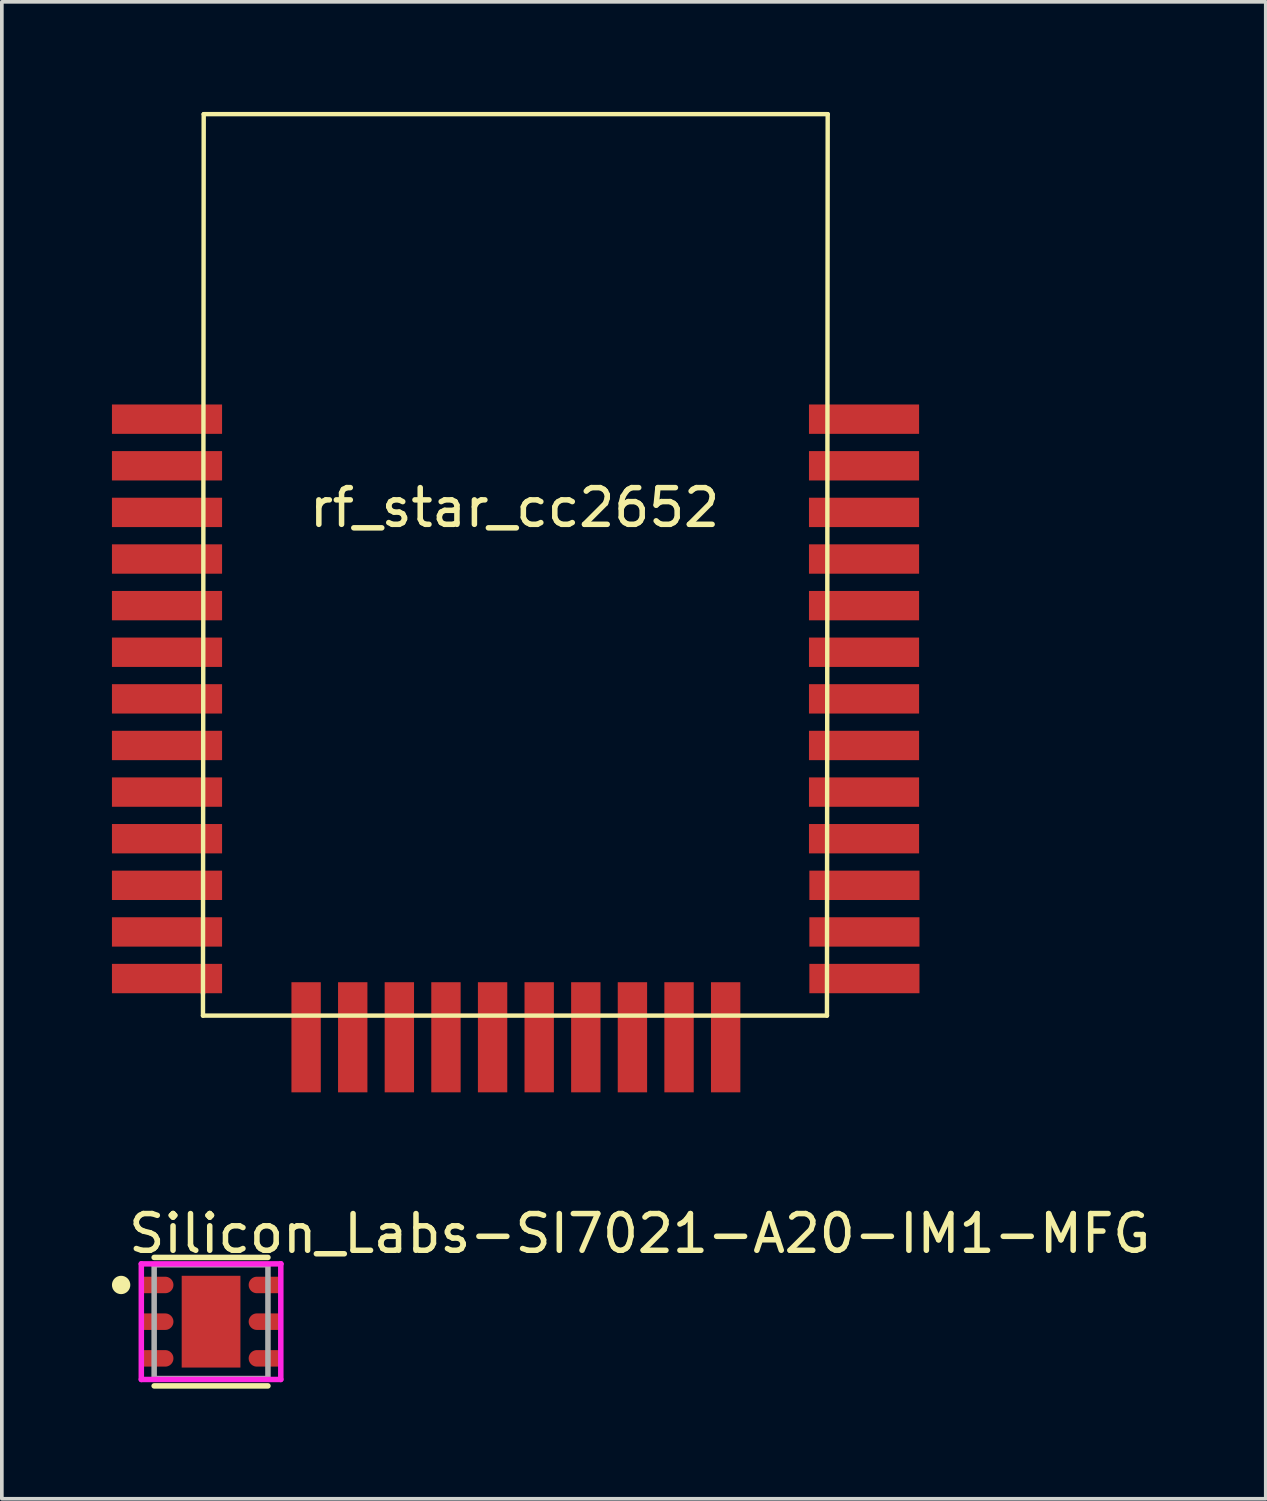
<source format=kicad_pcb>
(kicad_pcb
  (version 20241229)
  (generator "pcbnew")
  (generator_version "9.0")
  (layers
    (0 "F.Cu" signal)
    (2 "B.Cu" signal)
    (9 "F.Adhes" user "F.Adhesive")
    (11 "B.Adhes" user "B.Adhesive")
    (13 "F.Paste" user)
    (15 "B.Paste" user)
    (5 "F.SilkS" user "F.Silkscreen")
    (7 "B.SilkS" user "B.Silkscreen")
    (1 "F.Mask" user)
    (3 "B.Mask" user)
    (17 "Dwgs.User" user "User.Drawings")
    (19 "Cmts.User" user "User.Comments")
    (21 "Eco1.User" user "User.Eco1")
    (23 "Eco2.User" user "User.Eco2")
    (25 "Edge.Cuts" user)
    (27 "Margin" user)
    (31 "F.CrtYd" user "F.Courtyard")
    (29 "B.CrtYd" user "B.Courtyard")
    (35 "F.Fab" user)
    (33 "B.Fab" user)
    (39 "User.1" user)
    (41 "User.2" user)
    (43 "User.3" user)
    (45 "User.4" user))
  (footprint "Silicon_Labs-SI7021-A20-IM1-MFG"
    (layer "F.Cu")
    (at 2.7 32.958)
    (property "Reference" "Silicon_Labs-SI7021-A20-IM1-MFG" (at -2.325 -2.4 0) (layer "F.SilkS") (effects (font (size 1 1) (thickness 0.15)) (justify left)))
    (attr through_hole)
    (fp_line (start -1.55 -1.75) (end 1.55 -1.75) (stroke (width 0.15) (type solid)) (layer "F.SilkS"))
    (fp_line (start -1.55 1.75) (end 1.55 1.75) (stroke (width 0.15) (type solid)) (layer "F.SilkS"))
    (fp_circle (center -2.45 -1) (end -2.325 -1) (stroke (width 0.25) (type solid)) (fill no) (layer "F.SilkS"))
    (fp_line (start -1.9 -1.575) (end -1.9 1.575) (stroke (width 0.15) (type solid)) (layer "F.CrtYd"))
    (fp_line (start -1.9 1.575) (end 1.9 1.575) (stroke (width 0.15) (type solid)) (layer "F.CrtYd"))
    (fp_line (start 1.9 -1.575) (end -1.9 -1.575) (stroke (width 0.15) (type solid)) (layer "F.CrtYd"))
    (fp_line (start 1.9 -1.575) (end 1.9 -1.575) (stroke (width 0.15) (type solid)) (layer "F.CrtYd"))
    (fp_line (start 1.9 1.575) (end 1.9 -1.575) (stroke (width 0.15) (type solid)) (layer "F.CrtYd"))
    (fp_line (start -1.55 -1.55) (end 1.55 -1.55) (stroke (width 0.15) (type solid)) (layer "F.Fab"))
    (fp_line (start -1.55 1.55) (end -1.55 -1.55) (stroke (width 0.15) (type solid)) (layer "F.Fab"))
    (fp_line (start 1.55 -1.55) (end 1.55 1.55) (stroke (width 0.15) (type solid)) (layer "F.Fab"))
    (fp_line (start 1.55 1.55) (end -1.55 1.55) (stroke (width 0.15) (type solid)) (layer "F.Fab"))
    (pad "" smd rect (at 0 -0.65) (size 1 1) (layers "F.Paste"))
    (pad "" smd rect (at 0 0.65) (size 1 1) (layers "F.Paste"))
    (pad "1" smd custom (at -1.45 -1) (size 0.45 0.45) (layers "F.Cu" "F.Mask" "F.Paste") (options (anchor circle)) (primitives (gr_poly (pts (xy -0.425 -0.225) (xy -0.425 0.225) (xy 0.2 0.225) (xy 0.218 0.224) (xy 0.235 0.222) (xy 0.253 0.219) (xy 0.27 0.214) (xy 0.286 0.208) (xy 0.302 0.2) (xy 0.318 0.192) (xy 0.332 0.182) (xy 0.346 0.171) (xy 0.359 0.159) (xy 0.371 0.146) (xy 0.382 0.132) (xy 0.392 0.118) (xy 0.4 0.102) (xy 0.408 0.086) (xy 0.414 0.07) (xy 0.419 0.053) (xy 0.422 0.035) (xy 0.424 0.018) (xy 0.425 0) (xy 0.424 -0.018) (xy 0.422 -0.035) (xy 0.419 -0.053) (xy 0.414 -0.07) (xy 0.408 -0.086) (xy 0.4 -0.102) (xy 0.392 -0.118) (xy 0.382 -0.132) (xy 0.371 -0.146) (xy 0.359 -0.159) (xy 0.346 -0.171) (xy 0.332 -0.182) (xy 0.318 -0.192) (xy 0.302 -0.2) (xy 0.286 -0.208) (xy 0.27 -0.214) (xy 0.253 -0.219) (xy 0.235 -0.222) (xy 0.218 -0.224) (xy 0.2 -0.225) (xy -0.425 -0.225)) (width 0) (fill yes))))
    (pad "2" smd custom (at -1.45 0) (size 0.45 0.45) (layers "F.Cu" "F.Mask" "F.Paste") (options (anchor circle)) (primitives (gr_poly (pts (xy -0.425 -0.225) (xy -0.425 0.225) (xy 0.2 0.225) (xy 0.218 0.224) (xy 0.235 0.222) (xy 0.253 0.219) (xy 0.27 0.214) (xy 0.286 0.208) (xy 0.302 0.2) (xy 0.318 0.192) (xy 0.332 0.182) (xy 0.346 0.171) (xy 0.359 0.159) (xy 0.371 0.146) (xy 0.382 0.132) (xy 0.392 0.118) (xy 0.4 0.102) (xy 0.408 0.086) (xy 0.414 0.07) (xy 0.419 0.053) (xy 0.422 0.035) (xy 0.424 0.018) (xy 0.425 0) (xy 0.424 -0.018) (xy 0.422 -0.035) (xy 0.419 -0.053) (xy 0.414 -0.07) (xy 0.408 -0.086) (xy 0.4 -0.102) (xy 0.392 -0.118) (xy 0.382 -0.132) (xy 0.371 -0.146) (xy 0.359 -0.159) (xy 0.346 -0.171) (xy 0.332 -0.182) (xy 0.318 -0.192) (xy 0.302 -0.2) (xy 0.286 -0.208) (xy 0.27 -0.214) (xy 0.253 -0.219) (xy 0.235 -0.222) (xy 0.218 -0.224) (xy 0.2 -0.225) (xy -0.425 -0.225)) (width 0) (fill yes))))
    (pad "3" smd custom (at -1.45 1) (size 0.45 0.45) (layers "F.Cu" "F.Mask" "F.Paste") (options (anchor circle)) (primitives (gr_poly (pts (xy -0.425 -0.225) (xy -0.425 0.225) (xy 0.2 0.225) (xy 0.218 0.224) (xy 0.235 0.222) (xy 0.253 0.219) (xy 0.27 0.214) (xy 0.286 0.208) (xy 0.302 0.2) (xy 0.318 0.192) (xy 0.332 0.182) (xy 0.346 0.171) (xy 0.359 0.159) (xy 0.371 0.146) (xy 0.382 0.132) (xy 0.392 0.118) (xy 0.4 0.102) (xy 0.408 0.086) (xy 0.414 0.07) (xy 0.419 0.053) (xy 0.422 0.035) (xy 0.424 0.018) (xy 0.425 0) (xy 0.424 -0.018) (xy 0.422 -0.035) (xy 0.419 -0.053) (xy 0.414 -0.07) (xy 0.408 -0.086) (xy 0.4 -0.102) (xy 0.392 -0.118) (xy 0.382 -0.132) (xy 0.371 -0.146) (xy 0.359 -0.159) (xy 0.346 -0.171) (xy 0.332 -0.182) (xy 0.318 -0.192) (xy 0.302 -0.2) (xy 0.286 -0.208) (xy 0.27 -0.214) (xy 0.253 -0.219) (xy 0.235 -0.222) (xy 0.218 -0.224) (xy 0.2 -0.225) (xy -0.425 -0.225)) (width 0) (fill yes))))
    (pad "4" smd custom (at 1.45 1) (size 0.45 0.45) (layers "F.Cu" "F.Mask" "F.Paste") (options (anchor circle)) (primitives (gr_poly (pts (xy 0.425 0.225) (xy 0.425 -0.225) (xy -0.2 -0.225) (xy -0.218 -0.224) (xy -0.235 -0.222) (xy -0.253 -0.219) (xy -0.27 -0.214) (xy -0.286 -0.208) (xy -0.302 -0.2) (xy -0.318 -0.192) (xy -0.332 -0.182) (xy -0.346 -0.171) (xy -0.359 -0.159) (xy -0.371 -0.146) (xy -0.382 -0.132) (xy -0.392 -0.118) (xy -0.4 -0.102) (xy -0.408 -0.086) (xy -0.414 -0.07) (xy -0.419 -0.053) (xy -0.422 -0.035) (xy -0.424 -0.018) (xy -0.425 0) (xy -0.424 0.018) (xy -0.422 0.035) (xy -0.419 0.053) (xy -0.414 0.07) (xy -0.408 0.086) (xy -0.4 0.102) (xy -0.392 0.118) (xy -0.382 0.132) (xy -0.371 0.146) (xy -0.359 0.159) (xy -0.346 0.171) (xy -0.332 0.182) (xy -0.318 0.192) (xy -0.302 0.2) (xy -0.286 0.208) (xy -0.27 0.214) (xy -0.253 0.219) (xy -0.235 0.222) (xy -0.218 0.224) (xy -0.2 0.225) (xy 0.425 0.225)) (width 0) (fill yes))))
    (pad "5" smd custom (at 1.45 0) (size 0.45 0.45) (layers "F.Cu" "F.Mask" "F.Paste") (options (anchor circle)) (primitives (gr_poly (pts (xy 0.425 0.225) (xy 0.425 -0.225) (xy -0.2 -0.225) (xy -0.218 -0.224) (xy -0.235 -0.222) (xy -0.253 -0.219) (xy -0.27 -0.214) (xy -0.286 -0.208) (xy -0.302 -0.2) (xy -0.318 -0.192) (xy -0.332 -0.182) (xy -0.346 -0.171) (xy -0.359 -0.159) (xy -0.371 -0.146) (xy -0.382 -0.132) (xy -0.392 -0.118) (xy -0.4 -0.102) (xy -0.408 -0.086) (xy -0.414 -0.07) (xy -0.419 -0.053) (xy -0.422 -0.035) (xy -0.424 -0.018) (xy -0.425 0) (xy -0.424 0.018) (xy -0.422 0.035) (xy -0.419 0.053) (xy -0.414 0.07) (xy -0.408 0.086) (xy -0.4 0.102) (xy -0.392 0.118) (xy -0.382 0.132) (xy -0.371 0.146) (xy -0.359 0.159) (xy -0.346 0.171) (xy -0.332 0.182) (xy -0.318 0.192) (xy -0.302 0.2) (xy -0.286 0.208) (xy -0.27 0.214) (xy -0.253 0.219) (xy -0.235 0.222) (xy -0.218 0.224) (xy -0.2 0.225) (xy 0.425 0.225)) (width 0) (fill yes))))
    (pad "6" smd custom (at 1.45 -1) (size 0.45 0.45) (layers "F.Cu" "F.Mask" "F.Paste") (options (anchor circle)) (primitives (gr_poly (pts (xy 0.425 0.225) (xy 0.425 -0.225) (xy -0.2 -0.225) (xy -0.218 -0.224) (xy -0.235 -0.222) (xy -0.253 -0.219) (xy -0.27 -0.214) (xy -0.286 -0.208) (xy -0.302 -0.2) (xy -0.318 -0.192) (xy -0.332 -0.182) (xy -0.346 -0.171) (xy -0.359 -0.159) (xy -0.371 -0.146) (xy -0.382 -0.132) (xy -0.392 -0.118) (xy -0.4 -0.102) (xy -0.408 -0.086) (xy -0.414 -0.07) (xy -0.419 -0.053) (xy -0.422 -0.035) (xy -0.424 -0.018) (xy -0.425 0) (xy -0.424 0.018) (xy -0.422 0.035) (xy -0.419 0.053) (xy -0.414 0.07) (xy -0.408 0.086) (xy -0.4 0.102) (xy -0.392 0.118) (xy -0.382 0.132) (xy -0.371 0.146) (xy -0.359 0.159) (xy -0.346 0.171) (xy -0.332 0.182) (xy -0.318 0.192) (xy -0.302 0.2) (xy -0.286 0.208) (xy -0.27 0.214) (xy -0.253 0.219) (xy -0.235 0.222) (xy -0.218 0.224) (xy -0.2 0.225) (xy 0.425 0.225)) (width 0) (fill yes))))
    (pad "7" smd rect (at 0 0) (size 1.6 2.5) (layers "F.Cu" "F.Mask")))
  (footprint "rf_star_cc2652"
    (layer "F.Cu")
    (at 10.23 12.18)
    (property "Reference" "rf_star_cc2652" (at 0.74 -1.4 0) (layer "F.SilkS") (effects (font (size 1 1) (thickness 0.15))))
    (attr smd)
    (fp_line (start -7.75 11.84) (end -7.75 12.44) (stroke (width 0.12) (type solid)) (layer "F.SilkS"))
    (fp_line (start -7.75 11.84) (end -7.73 -12.12) (stroke (width 0.12) (type solid)) (layer "F.SilkS"))
    (fp_line (start -7.75 12.44) (end 9.25 12.44) (stroke (width 0.12) (type solid)) (layer "F.SilkS"))
    (fp_line (start -7.73 -12.12) (end 9.27 -12.12) (stroke (width 0.12) (type solid)) (layer "F.SilkS"))
    (fp_line (start 9.25 12.44) (end 9.27 -12.12) (stroke (width 0.12) (type solid)) (layer "F.SilkS"))
    (pad "1" smd rect (at -8.73 -3.81 270) (size 0.8 3) (layers "F.Cu" "F.Mask" "F.Paste"))
    (pad "2" smd rect (at -8.73 -2.54 270) (size 0.8 3) (layers "F.Cu" "F.Mask" "F.Paste"))
    (pad "3" smd rect (at -8.73 -1.27 270) (size 0.8 3) (layers "F.Cu" "F.Mask" "F.Paste"))
    (pad "4" smd rect (at -8.73 0 270) (size 0.8 3) (layers "F.Cu" "F.Mask" "F.Paste"))
    (pad "5" smd rect (at -8.73 1.27 270) (size 0.8 3) (layers "F.Cu" "F.Mask" "F.Paste"))
    (pad "6" smd rect (at -8.73 2.54 270) (size 0.8 3) (layers "F.Cu" "F.Mask" "F.Paste"))
    (pad "7" smd rect (at -8.73 3.81 270) (size 0.8 3) (layers "F.Cu" "F.Mask" "F.Paste"))
    (pad "8" smd rect (at -8.73 5.08 270) (size 0.8 3) (layers "F.Cu" "F.Mask" "F.Paste"))
    (pad "9" smd rect (at -8.73 6.35 270) (size 0.8 3) (layers "F.Cu" "F.Mask" "F.Paste"))
    (pad "10" smd rect (at -8.73 7.62 270) (size 0.8 3) (layers "F.Cu" "F.Mask" "F.Paste"))
    (pad "11" smd rect (at -8.73 8.89 270) (size 0.8 3) (layers "F.Cu" "F.Mask" "F.Paste"))
    (pad "12" smd rect (at -8.73 10.16 270) (size 0.8 3) (layers "F.Cu" "F.Mask" "F.Paste"))
    (pad "13" smd rect (at -8.73 11.43 270) (size 0.8 3) (layers "F.Cu" "F.Mask" "F.Paste"))
    (pad "14" smd rect (at -4.94 13.03 180) (size 0.8 3) (layers "F.Cu" "F.Mask" "F.Paste"))
    (pad "15" smd rect (at -3.67 13.03 180) (size 0.8 3) (layers "F.Cu" "F.Mask" "F.Paste"))
    (pad "16" smd rect (at -2.4 13.03 180) (size 0.8 3) (layers "F.Cu" "F.Mask" "F.Paste"))
    (pad "17" smd rect (at -1.13 13.03 180) (size 0.8 3) (layers "F.Cu" "F.Mask" "F.Paste"))
    (pad "18" smd rect (at 0.14 13.03 180) (size 0.8 3) (layers "F.Cu" "F.Mask" "F.Paste"))
    (pad "19" smd rect (at 1.41 13.03 180) (size 0.8 3) (layers "F.Cu" "F.Mask" "F.Paste"))
    (pad "20" smd rect (at 2.68 13.03 180) (size 0.8 3) (layers "F.Cu" "F.Mask" "F.Paste"))
    (pad "21" smd rect (at 3.95 13.03 180) (size 0.8 3) (layers "F.Cu" "F.Mask" "F.Paste"))
    (pad "22" smd rect (at 5.22 13.03 180) (size 0.8 3) (layers "F.Cu" "F.Mask" "F.Paste"))
    (pad "23" smd rect (at 6.49 13.03 180) (size 0.8 3) (layers "F.Cu" "F.Mask" "F.Paste"))
    (pad "24" smd rect (at 10.27 11.43 270) (size 0.8 3) (layers "F.Cu" "F.Mask" "F.Paste"))
    (pad "25" smd rect (at 10.27 10.16 270) (size 0.8 3) (layers "F.Cu" "F.Mask" "F.Paste"))
    (pad "26" smd rect (at 10.27 8.89 270) (size 0.8 3) (layers "F.Cu" "F.Mask" "F.Paste"))
    (pad "27" smd rect (at 10.26 7.62 270) (size 0.8 3) (layers "F.Cu" "F.Mask" "F.Paste"))
    (pad "28" smd rect (at 10.26 6.35 270) (size 0.8 3) (layers "F.Cu" "F.Mask" "F.Paste"))
    (pad "29" smd rect (at 10.26 5.08 270) (size 0.8 3) (layers "F.Cu" "F.Mask" "F.Paste"))
    (pad "30" smd rect (at 10.26 3.81 270) (size 0.8 3) (layers "F.Cu" "F.Mask" "F.Paste"))
    (pad "31" smd rect (at 10.26 2.54 270) (size 0.8 3) (layers "F.Cu" "F.Mask" "F.Paste"))
    (pad "32" smd rect (at 10.26 1.27 270) (size 0.8 3) (layers "F.Cu" "F.Mask" "F.Paste"))
    (pad "33" smd rect (at 10.26 0 270) (size 0.8 3) (layers "F.Cu" "F.Mask" "F.Paste"))
    (pad "34" smd rect (at 10.26 -1.27 270) (size 0.8 3) (layers "F.Cu" "F.Mask" "F.Paste"))
    (pad "35" smd rect (at 10.26 -2.54 270) (size 0.8 3) (layers "F.Cu" "F.Mask" "F.Paste"))
    (pad "36" smd rect (at 10.26 -3.81 270) (size 0.8 3) (layers "F.Cu" "F.Mask" "F.Paste")))
  (gr_rect
    (start -3 -3)
    (end 31.435 37.783)
    (stroke (width 0.1) (type default))
    (fill no)
    (layer "Edge.Cuts")))
</source>
